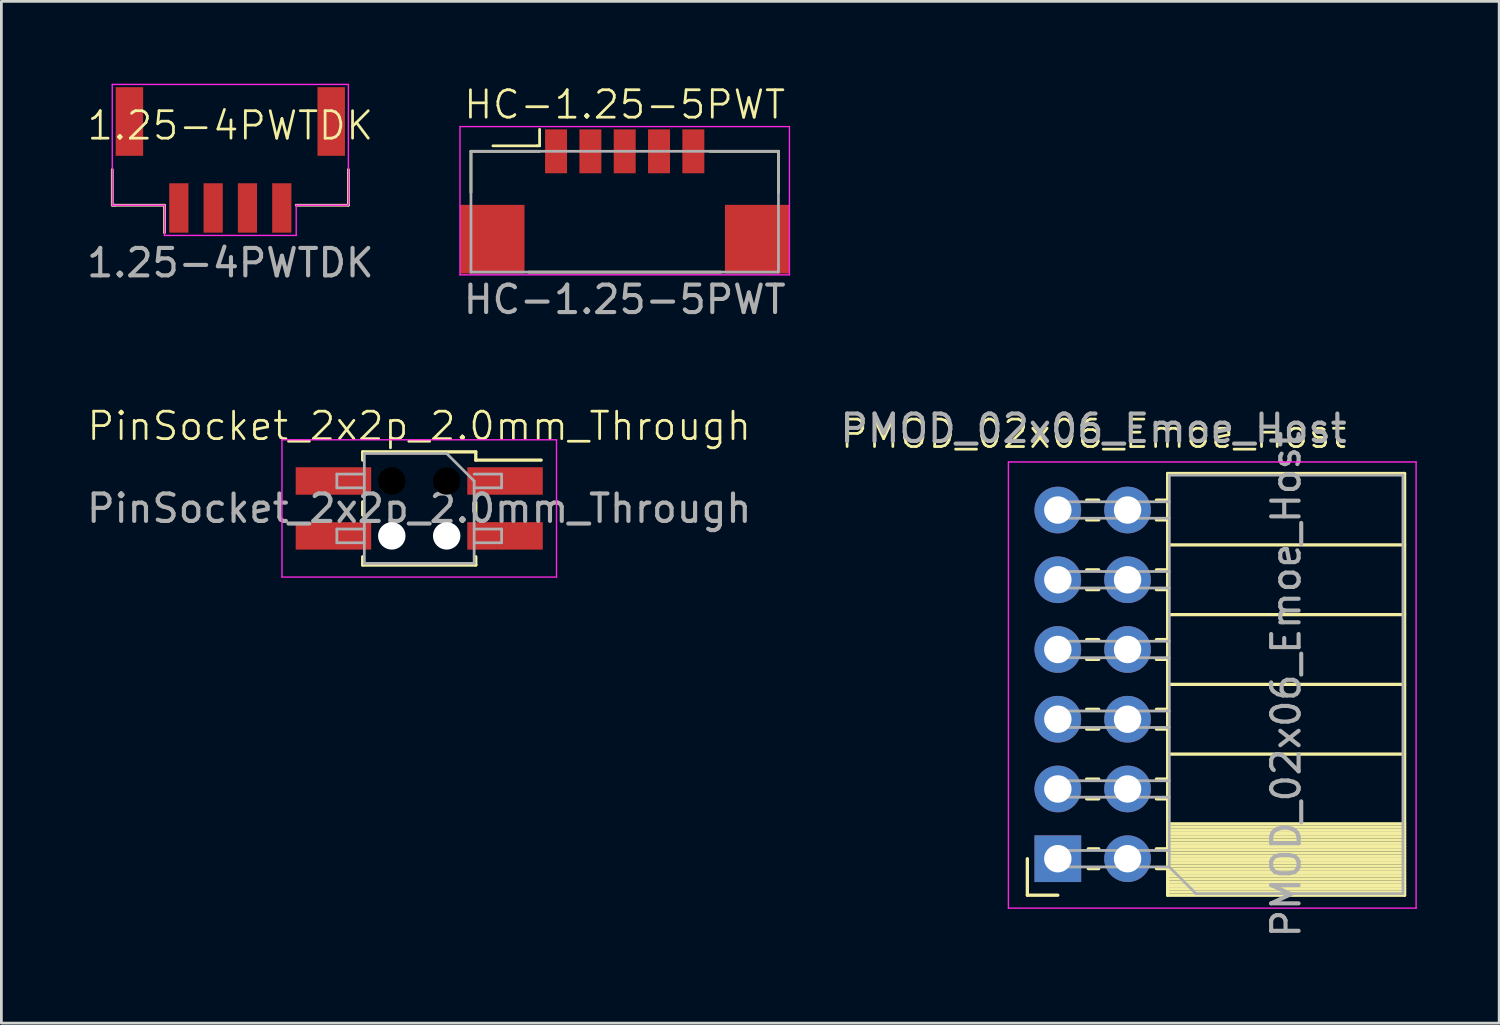
<source format=kicad_pcb>
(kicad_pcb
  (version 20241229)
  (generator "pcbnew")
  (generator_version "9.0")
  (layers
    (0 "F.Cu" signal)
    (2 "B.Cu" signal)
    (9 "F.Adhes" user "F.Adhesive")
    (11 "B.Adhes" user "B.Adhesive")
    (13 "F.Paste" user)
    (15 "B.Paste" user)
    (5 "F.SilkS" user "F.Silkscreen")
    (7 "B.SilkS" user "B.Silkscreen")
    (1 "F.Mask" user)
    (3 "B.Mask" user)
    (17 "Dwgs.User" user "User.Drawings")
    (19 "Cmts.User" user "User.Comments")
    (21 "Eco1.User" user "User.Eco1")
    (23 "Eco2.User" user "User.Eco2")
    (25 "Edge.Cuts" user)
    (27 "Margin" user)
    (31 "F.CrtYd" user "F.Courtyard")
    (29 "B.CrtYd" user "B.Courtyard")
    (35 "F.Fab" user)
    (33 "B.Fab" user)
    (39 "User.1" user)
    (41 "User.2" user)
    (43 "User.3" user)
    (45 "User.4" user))
  (footprint "1.25-4PWTDK"
    (layer "F.Cu")
    (at 5.339 4.525)
    (property "Reference" "1.25-4PWTDK" (at 0 -3 0) (unlocked yes) (layer "F.SilkS") (effects (font (size 1 1) (thickness 0.1))))
    (attr smd)
    (fp_line (start -4.3 -0.1) (end -4.3 -1.4) (stroke (width 0.1) (type default)) (layer "F.SilkS"))
    (fp_line (start -4.2 -0.1) (end -4.3 -0.1) (stroke (width 0.1) (type default)) (layer "F.SilkS"))
    (fp_line (start -4.2 -0.1) (end -2.4 -0.1) (stroke (width 0.1) (type default)) (layer "F.SilkS"))
    (fp_line (start -2.4 -0.1) (end -2.4 0.9) (stroke (width 0.1) (type default)) (layer "F.SilkS"))
    (fp_line (start 2.4 -0.1) (end 4.3 -0.1) (stroke (width 0.1) (type default)) (layer "F.SilkS"))
    (fp_line (start 4.3 -0.1) (end 4.3 -1.4) (stroke (width 0.1) (type default)) (layer "F.SilkS"))
    (fp_line (start -4.3 -4.5) (end 4.3 -4.5) (stroke (width 0.05) (type default)) (layer "F.CrtYd"))
    (fp_line (start -4.3 -0.1) (end -4.3 -4.5) (stroke (width 0.05) (type default)) (layer "F.CrtYd"))
    (fp_line (start -2.4 -0.1) (end -4.3 -0.1) (stroke (width 0.05) (type default)) (layer "F.CrtYd"))
    (fp_line (start -2.4 1) (end -2.4 -0.1) (stroke (width 0.05) (type default)) (layer "F.CrtYd"))
    (fp_line (start 2.4 -0.1) (end 2.4 1) (stroke (width 0.05) (type default)) (layer "F.CrtYd"))
    (fp_line (start 2.4 1) (end -2.4 1) (stroke (width 0.05) (type default)) (layer "F.CrtYd"))
    (fp_line (start 4.3 -4.5) (end 4.3 -0.1) (stroke (width 0.05) (type default)) (layer "F.CrtYd"))
    (fp_line (start 4.3 -0.1) (end 2.4 -0.1) (stroke (width 0.05) (type default)) (layer "F.CrtYd"))
    (fp_line (start -4.1 -4.3) (end 4.1 -4.3) (stroke (width 0.1) (type default)) (layer "User.1"))
    (fp_line (start -4.1 -0.3) (end -4.1 -4.3) (stroke (width 0.1) (type default)) (layer "User.1"))
    (fp_line (start 4.1 -4.3) (end 4.1 -0.3) (stroke (width 0.1) (type default)) (layer "User.1"))
    (fp_line (start 4.1 -0.3) (end -4.1 -0.3) (stroke (width 0.1) (type default)) (layer "User.1"))
    (fp_text user "${REFERENCE}" (at 0 2 0) (unlocked yes) (layer "F.Fab") (effects (font (size 1 1) (thickness 0.15))))
    (pad "1" smd rect (at -1.875 0) (size 0.7 1.8) (layers "F.Cu" "F.Mask" "F.Paste"))
    (pad "2" smd rect (at -0.625 0) (size 0.7 1.8) (layers "F.Cu" "F.Mask" "F.Paste"))
    (pad "3" smd rect (at 0.625 0) (size 0.7 1.8) (layers "F.Cu" "F.Mask" "F.Paste"))
    (pad "4" smd rect (at 1.875 0) (size 0.7 1.8) (layers "F.Cu" "F.Mask" "F.Paste"))
    (pad "MP" smd rect (at -3.675 -3.15) (size 1 2.5) (layers "F.Cu" "F.Mask" "F.Paste"))
    (pad "MP" smd rect (at 3.675 -3.15) (size 1 2.5) (layers "F.Cu" "F.Mask" "F.Paste")))
  (footprint "PinSocket_2x2p_2.0mm_Through"
    (layer "F.Cu")
    (at 12.22 15.469)
    (property "Reference" "PinSocket_2x2p_2.0mm_Through" (at 0 -3 0) (unlocked yes) (layer "F.SilkS") (effects (font (size 1 1) (thickness 0.1))))
    (attr smd)
    (fp_line (start -2.06 -2.06) (end -2.06 -1.76) (stroke (width 0.12) (type solid)) (layer "F.SilkS"))
    (fp_line (start -2.06 -2.06) (end 2.06 -2.06) (stroke (width 0.12) (type solid)) (layer "F.SilkS"))
    (fp_line (start -2.06 -0.24) (end -2.06 0.24) (stroke (width 0.12) (type solid)) (layer "F.SilkS"))
    (fp_line (start -2.06 1.76) (end -2.06 2.06) (stroke (width 0.12) (type solid)) (layer "F.SilkS"))
    (fp_line (start -2.06 2.06) (end 2.06 2.06) (stroke (width 0.12) (type solid)) (layer "F.SilkS"))
    (fp_line (start 2.06 -2.06) (end 2.06 -1.76) (stroke (width 0.12) (type solid)) (layer "F.SilkS"))
    (fp_line (start 2.06 -1.76) (end 4.44 -1.76) (stroke (width 0.12) (type solid)) (layer "F.SilkS"))
    (fp_line (start 2.06 -0.24) (end 2.06 0.24) (stroke (width 0.12) (type solid)) (layer "F.SilkS"))
    (fp_line (start 2.06 1.76) (end 2.06 2.06) (stroke (width 0.12) (type solid)) (layer "F.SilkS"))
    (fp_line (start -5 -2.5) (end 5 -2.5) (stroke (width 0.05) (type solid)) (layer "F.CrtYd"))
    (fp_line (start -5 2.5) (end -5 -2.5) (stroke (width 0.05) (type solid)) (layer "F.CrtYd"))
    (fp_line (start 5 -2.5) (end 5 2.5) (stroke (width 0.05) (type solid)) (layer "F.CrtYd"))
    (fp_line (start 5 2.5) (end -5 2.5) (stroke (width 0.05) (type solid)) (layer "F.CrtYd"))
    (fp_line (start -3 -1.25) (end -2 -1.25) (stroke (width 0.1) (type solid)) (layer "F.Fab"))
    (fp_line (start -3 -0.75) (end -3 -1.25) (stroke (width 0.1) (type solid)) (layer "F.Fab"))
    (fp_line (start -3 0.75) (end -2 0.75) (stroke (width 0.1) (type solid)) (layer "F.Fab"))
    (fp_line (start -3 1.25) (end -3 0.75) (stroke (width 0.1) (type solid)) (layer "F.Fab"))
    (fp_line (start -2 -2) (end 1 -2) (stroke (width 0.1) (type solid)) (layer "F.Fab"))
    (fp_line (start -2 -0.75) (end -3 -0.75) (stroke (width 0.1) (type solid)) (layer "F.Fab"))
    (fp_line (start -2 1.25) (end -3 1.25) (stroke (width 0.1) (type solid)) (layer "F.Fab"))
    (fp_line (start -2 2) (end -2 -2) (stroke (width 0.1) (type solid)) (layer "F.Fab"))
    (fp_line (start 1 -2) (end 2 -1) (stroke (width 0.1) (type solid)) (layer "F.Fab"))
    (fp_line (start 2 -1.25) (end 3 -1.25) (stroke (width 0.1) (type solid)) (layer "F.Fab"))
    (fp_line (start 2 -1) (end 2 2) (stroke (width 0.1) (type solid)) (layer "F.Fab"))
    (fp_line (start 2 0.75) (end 3 0.75) (stroke (width 0.1) (type solid)) (layer "F.Fab"))
    (fp_line (start 2 2) (end -2 2) (stroke (width 0.1) (type solid)) (layer "F.Fab"))
    (fp_line (start 3 -1.25) (end 3 -0.75) (stroke (width 0.1) (type solid)) (layer "F.Fab"))
    (fp_line (start 3 -0.75) (end 2 -0.75) (stroke (width 0.1) (type solid)) (layer "F.Fab"))
    (fp_line (start 3 0.75) (end 3 1.25) (stroke (width 0.1) (type solid)) (layer "F.Fab"))
    (fp_line (start 3 1.25) (end 2 1.25) (stroke (width 0.1) (type solid)) (layer "F.Fab"))
    (fp_text user "${REFERENCE}" (at 0 0 0) (unlocked yes) (layer "F.Fab") (effects (font (size 1 1) (thickness 0.15))))
    (pad "" np_thru_hole circle (at -1 -1) (size 1 1) (drill 1) (layers))
    (pad "" np_thru_hole circle (at -1 1) (size 1 1) (drill 1) (layers "*.Cu" "*.Mask"))
    (pad "" np_thru_hole circle (at 1 -1) (size 1 1) (drill 1) (layers))
    (pad "" np_thru_hole circle (at 1 1) (size 1 1) (drill 1) (layers "*.Cu" "*.Mask"))
    (pad "1" smd rect (at 3.125 -1) (size 2.75 1) (layers "F.Cu" "F.Mask" "F.Paste"))
    (pad "2" smd rect (at -3.125 -1) (size 2.75 1) (layers "F.Cu" "F.Mask" "F.Paste"))
    (pad "3" smd rect (at 3.125 1) (size 2.75 1) (layers "F.Cu" "F.Mask" "F.Paste"))
    (pad "4" smd rect (at -3.125 1) (size 2.75 1) (layers "F.Cu" "F.Mask" "F.Paste")))
  (footprint "HC-1.25-5PWT"
    (layer "F.Cu")
    (at 19.704 2.461)
    (property "Reference" "HC-1.25-5PWT" (at 0 -1.7 0) (unlocked yes) (layer "F.SilkS") (effects (font (size 1 1) (thickness 0.1))))
    (attr smd)
    (fp_line (start -5.6 0) (end -5.6 1.5) (stroke (width 0.1) (type default)) (layer "F.SilkS"))
    (fp_line (start -4.8 -0.2) (end -3.2 -0.2) (stroke (width 0.1) (type default)) (layer "F.SilkS"))
    (fp_line (start -3.5 4.4) (end 3.5 4.4) (stroke (width 0.1) (type default)) (layer "F.SilkS"))
    (fp_line (start -3.2 -0.2) (end -3.1 -0.2) (stroke (width 0.1) (type default)) (layer "F.SilkS"))
    (fp_line (start -3.1 -0.2) (end -3.1 -0.8) (stroke (width 0.1) (type default)) (layer "F.SilkS"))
    (fp_line (start -3.1 0) (end -5.6 0) (stroke (width 0.1) (type default)) (layer "F.SilkS"))
    (fp_line (start 3.1 0) (end 5.6 0) (stroke (width 0.1) (type default)) (layer "F.SilkS"))
    (fp_line (start 5.6 0) (end 5.6 1.5) (stroke (width 0.1) (type default)) (layer "F.SilkS"))
    (fp_line (start -6 -0.9) (end 6 -0.9) (stroke (width 0.05) (type default)) (layer "F.CrtYd"))
    (fp_line (start -6 4.5) (end -6 -0.9) (stroke (width 0.05) (type default)) (layer "F.CrtYd"))
    (fp_line (start 6 -0.9) (end 6 4.5) (stroke (width 0.05) (type default)) (layer "F.CrtYd"))
    (fp_line (start 6 4.5) (end -6 4.5) (stroke (width 0.05) (type default)) (layer "F.CrtYd"))
    (fp_line (start -5.6 0) (end 5.6 0) (stroke (width 0.1) (type default)) (layer "F.Fab"))
    (fp_line (start -5.6 4.4) (end -5.6 0) (stroke (width 0.1) (type default)) (layer "F.Fab"))
    (fp_line (start 5.6 0) (end 5.6 4.4) (stroke (width 0.1) (type default)) (layer "F.Fab"))
    (fp_line (start 5.6 4.4) (end -5.6 4.4) (stroke (width 0.1) (type default)) (layer "F.Fab"))
    (fp_text user "${REFERENCE}" (at 0 5.4 0) (unlocked yes) (layer "F.Fab") (effects (font (size 1 1) (thickness 0.15))))
    (pad "1" smd rect (at -2.5 0) (size 0.8 1.6) (layers "F.Cu" "F.Mask" "F.Paste"))
    (pad "2" smd rect (at -1.25 0) (size 0.8 1.6) (layers "F.Cu" "F.Mask" "F.Paste"))
    (pad "3" smd rect (at 0 0) (size 0.8 1.6) (layers "F.Cu" "F.Mask" "F.Paste"))
    (pad "4" smd rect (at 1.25 0) (size 0.8 1.6) (layers "F.Cu" "F.Mask" "F.Paste"))
    (pad "5" smd rect (at 2.5 0) (size 0.8 1.6) (layers "F.Cu" "F.Mask" "F.Paste"))
    (pad "MP" smd rect (at -4.825 3.2) (size 2.35 2.5) (layers "F.Cu" "F.Mask" "F.Paste"))
    (pad "MP" smd rect (at 4.825 3.2) (size 2.35 2.5) (layers "F.Cu" "F.Mask" "F.Paste")))
  (footprint "PMOD_02x06_Emoe_Host"
    (layer "F.Cu")
    (at 36.75 21.857)
    (property "Reference" "PMOD_02x06_Emoe_Host" (at 0.03 -9.1 0) (unlocked yes) (layer "F.SilkS") (effects (font (size 1 1) (thickness 0.1))))
    (attr through_hole)
    (fp_line (start -2.38 7.7) (end -2.38 6.37) (stroke (width 0.12) (type solid)) (layer "F.SilkS"))
    (fp_line (start -1.27 7.7) (end -2.38 7.7) (stroke (width 0.12) (type solid)) (layer "F.SilkS"))
    (fp_line (start 0.22 -6.69) (end -0.22 -6.69) (stroke (width 0.12) (type solid)) (layer "F.SilkS"))
    (fp_line (start 0.22 -5.97) (end -0.22 -5.97) (stroke (width 0.12) (type solid)) (layer "F.SilkS"))
    (fp_line (start 0.22 -4.15) (end -0.22 -4.15) (stroke (width 0.12) (type solid)) (layer "F.SilkS"))
    (fp_line (start 0.22 -3.43) (end -0.22 -3.43) (stroke (width 0.12) (type solid)) (layer "F.SilkS"))
    (fp_line (start 0.22 -1.61) (end -0.22 -1.61) (stroke (width 0.12) (type solid)) (layer "F.SilkS"))
    (fp_line (start 0.22 -0.89) (end -0.22 -0.89) (stroke (width 0.12) (type solid)) (layer "F.SilkS"))
    (fp_line (start 0.22 0.93) (end -0.22 0.93) (stroke (width 0.12) (type solid)) (layer "F.SilkS"))
    (fp_line (start 0.22 1.65) (end -0.22 1.65) (stroke (width 0.12) (type solid)) (layer "F.SilkS"))
    (fp_line (start 0.22 3.47) (end -0.22 3.47) (stroke (width 0.12) (type solid)) (layer "F.SilkS"))
    (fp_line (start 0.22 4.19) (end -0.22 4.19) (stroke (width 0.12) (type solid)) (layer "F.SilkS"))
    (fp_line (start 0.22 6.01) (end -0.16 6.01) (stroke (width 0.12) (type solid)) (layer "F.SilkS"))
    (fp_line (start 0.22 6.73) (end -0.16 6.73) (stroke (width 0.12) (type solid)) (layer "F.SilkS"))
    (fp_line (start 2.73 -6.69) (end 2.32 -6.69) (stroke (width 0.12) (type solid)) (layer "F.SilkS"))
    (fp_line (start 2.73 -5.97) (end 2.32 -5.97) (stroke (width 0.12) (type solid)) (layer "F.SilkS"))
    (fp_line (start 2.73 -4.15) (end 2.32 -4.15) (stroke (width 0.12) (type solid)) (layer "F.SilkS"))
    (fp_line (start 2.73 -3.43) (end 2.32 -3.43) (stroke (width 0.12) (type solid)) (layer "F.SilkS"))
    (fp_line (start 2.73 -1.61) (end 2.32 -1.61) (stroke (width 0.12) (type solid)) (layer "F.SilkS"))
    (fp_line (start 2.73 -0.89) (end 2.32 -0.89) (stroke (width 0.12) (type solid)) (layer "F.SilkS"))
    (fp_line (start 2.73 0.93) (end 2.32 0.93) (stroke (width 0.12) (type solid)) (layer "F.SilkS"))
    (fp_line (start 2.73 1.65) (end 2.32 1.65) (stroke (width 0.12) (type solid)) (layer "F.SilkS"))
    (fp_line (start 2.73 3.47) (end 2.32 3.47) (stroke (width 0.12) (type solid)) (layer "F.SilkS"))
    (fp_line (start 2.73 4.19) (end 2.32 4.19) (stroke (width 0.12) (type solid)) (layer "F.SilkS"))
    (fp_line (start 2.73 6.01) (end 2.32 6.01) (stroke (width 0.12) (type solid)) (layer "F.SilkS"))
    (fp_line (start 2.73 6.73) (end 2.32 6.73) (stroke (width 0.12) (type solid)) (layer "F.SilkS"))
    (fp_line (start 2.73 7.7) (end 2.73 -7.66) (stroke (width 0.12) (type solid)) (layer "F.SilkS"))
    (fp_line (start 11.36 -7.66) (end 2.73 -7.66) (stroke (width 0.12) (type solid)) (layer "F.SilkS"))
    (fp_line (start 11.36 -5.06) (end 2.73 -5.06) (stroke (width 0.12) (type solid)) (layer "F.SilkS"))
    (fp_line (start 11.36 -2.52) (end 2.73 -2.52) (stroke (width 0.12) (type solid)) (layer "F.SilkS"))
    (fp_line (start 11.36 0.02) (end 2.73 0.02) (stroke (width 0.12) (type solid)) (layer "F.SilkS"))
    (fp_line (start 11.36 2.56) (end 2.73 2.56) (stroke (width 0.12) (type solid)) (layer "F.SilkS"))
    (fp_line (start 11.36 5.1) (end 2.73 5.1) (stroke (width 0.12) (type solid)) (layer "F.SilkS"))
    (fp_line (start 11.36 5.218) (end 2.73 5.218) (stroke (width 0.12) (type solid)) (layer "F.SilkS"))
    (fp_line (start 11.36 5.336) (end 2.73 5.336) (stroke (width 0.12) (type solid)) (layer "F.SilkS"))
    (fp_line (start 11.36 5.454) (end 2.73 5.454) (stroke (width 0.12) (type solid)) (layer "F.SilkS"))
    (fp_line (start 11.36 5.572) (end 2.73 5.572) (stroke (width 0.12) (type solid)) (layer "F.SilkS"))
    (fp_line (start 11.36 5.69) (end 2.73 5.69) (stroke (width 0.12) (type solid)) (layer "F.SilkS"))
    (fp_line (start 11.36 5.809) (end 2.73 5.809) (stroke (width 0.12) (type solid)) (layer "F.SilkS"))
    (fp_line (start 11.36 5.927) (end 2.73 5.927) (stroke (width 0.12) (type solid)) (layer "F.SilkS"))
    (fp_line (start 11.36 6.045) (end 2.73 6.045) (stroke (width 0.12) (type solid)) (layer "F.SilkS"))
    (fp_line (start 11.36 6.163) (end 2.73 6.163) (stroke (width 0.12) (type solid)) (layer "F.SilkS"))
    (fp_line (start 11.36 6.281) (end 2.73 6.281) (stroke (width 0.12) (type solid)) (layer "F.SilkS"))
    (fp_line (start 11.36 6.399) (end 2.73 6.399) (stroke (width 0.12) (type solid)) (layer "F.SilkS"))
    (fp_line (start 11.36 6.517) (end 2.73 6.517) (stroke (width 0.12) (type solid)) (layer "F.SilkS"))
    (fp_line (start 11.36 6.635) (end 2.73 6.635) (stroke (width 0.12) (type solid)) (layer "F.SilkS"))
    (fp_line (start 11.36 6.753) (end 2.73 6.753) (stroke (width 0.12) (type solid)) (layer "F.SilkS"))
    (fp_line (start 11.36 6.871) (end 2.73 6.871) (stroke (width 0.12) (type solid)) (layer "F.SilkS"))
    (fp_line (start 11.36 6.99) (end 2.73 6.99) (stroke (width 0.12) (type solid)) (layer "F.SilkS"))
    (fp_line (start 11.36 7.108) (end 2.73 7.108) (stroke (width 0.12) (type solid)) (layer "F.SilkS"))
    (fp_line (start 11.36 7.226) (end 2.73 7.226) (stroke (width 0.12) (type solid)) (layer "F.SilkS"))
    (fp_line (start 11.36 7.344) (end 2.73 7.344) (stroke (width 0.12) (type solid)) (layer "F.SilkS"))
    (fp_line (start 11.36 7.462) (end 2.73 7.462) (stroke (width 0.12) (type solid)) (layer "F.SilkS"))
    (fp_line (start 11.36 7.58) (end 2.73 7.58) (stroke (width 0.12) (type solid)) (layer "F.SilkS"))
    (fp_line (start 11.36 7.7) (end 2.73 7.7) (stroke (width 0.12) (type solid)) (layer "F.SilkS"))
    (fp_line (start 11.36 7.7) (end 11.36 -7.66) (stroke (width 0.12) (type solid)) (layer "F.SilkS"))
    (fp_line (start -3.07 -8.08) (end -3.07 8.17) (stroke (width 0.05) (type solid)) (layer "F.CrtYd"))
    (fp_line (start -3.07 8.17) (end 11.78 8.17) (stroke (width 0.05) (type solid)) (layer "F.CrtYd"))
    (fp_line (start 11.78 -8.08) (end -3.07 -8.08) (stroke (width 0.05) (type solid)) (layer "F.CrtYd"))
    (fp_line (start 11.78 8.17) (end 11.78 -8.08) (stroke (width 0.05) (type solid)) (layer "F.CrtYd"))
    (fp_line (start -1.27 -6.63) (end -1.27 -6.03) (stroke (width 0.1) (type solid)) (layer "F.Fab"))
    (fp_line (start -1.27 -6.03) (end 2.79 -6.03) (stroke (width 0.1) (type solid)) (layer "F.Fab"))
    (fp_line (start -1.27 -4.09) (end -1.27 -3.49) (stroke (width 0.1) (type solid)) (layer "F.Fab"))
    (fp_line (start -1.27 -3.49) (end 2.79 -3.49) (stroke (width 0.1) (type solid)) (layer "F.Fab"))
    (fp_line (start -1.27 -1.55) (end -1.27 -0.95) (stroke (width 0.1) (type solid)) (layer "F.Fab"))
    (fp_line (start -1.27 -0.95) (end 2.79 -0.95) (stroke (width 0.1) (type solid)) (layer "F.Fab"))
    (fp_line (start -1.27 0.99) (end -1.27 1.59) (stroke (width 0.1) (type solid)) (layer "F.Fab"))
    (fp_line (start -1.27 1.59) (end 2.79 1.59) (stroke (width 0.1) (type solid)) (layer "F.Fab"))
    (fp_line (start -1.27 3.53) (end -1.27 4.13) (stroke (width 0.1) (type solid)) (layer "F.Fab"))
    (fp_line (start -1.27 4.13) (end 2.79 4.13) (stroke (width 0.1) (type solid)) (layer "F.Fab"))
    (fp_line (start -1.27 6.07) (end -1.27 6.67) (stroke (width 0.1) (type solid)) (layer "F.Fab"))
    (fp_line (start -1.27 6.67) (end 2.79 6.67) (stroke (width 0.1) (type solid)) (layer "F.Fab"))
    (fp_line (start 2.79 -7.6) (end 11.3 -7.6) (stroke (width 0.1) (type solid)) (layer "F.Fab"))
    (fp_line (start 2.79 -6.63) (end -1.27 -6.63) (stroke (width 0.1) (type solid)) (layer "F.Fab"))
    (fp_line (start 2.79 -4.09) (end -1.27 -4.09) (stroke (width 0.1) (type solid)) (layer "F.Fab"))
    (fp_line (start 2.79 -1.55) (end -1.27 -1.55) (stroke (width 0.1) (type solid)) (layer "F.Fab"))
    (fp_line (start 2.79 0.99) (end -1.27 0.99) (stroke (width 0.1) (type solid)) (layer "F.Fab"))
    (fp_line (start 2.79 3.53) (end -1.27 3.53) (stroke (width 0.1) (type solid)) (layer "F.Fab"))
    (fp_line (start 2.79 6.07) (end -1.27 6.07) (stroke (width 0.1) (type solid)) (layer "F.Fab"))
    (fp_line (start 2.79 6.67) (end 2.79 -7.6) (stroke (width 0.1) (type solid)) (layer "F.Fab"))
    (fp_line (start 3.76 7.64) (end 2.79 6.67) (stroke (width 0.1) (type solid)) (layer "F.Fab"))
    (fp_line (start 11.3 -7.6) (end 11.3 7.64) (stroke (width 0.1) (type solid)) (layer "F.Fab"))
    (fp_line (start 11.3 7.64) (end 3.76 7.64) (stroke (width 0.1) (type solid)) (layer "F.Fab"))
    (fp_text user "${REFERENCE}" (at 7.045 0.02 270) (layer "F.Fab") (effects (font (size 1 1) (thickness 0.15))))
    (fp_text user "${REFERENCE}" (at 0.03 -9.3 0) (unlocked yes) (layer "F.Fab") (effects (font (size 1 1) (thickness 0.15))))
    (pad "1" thru_hole oval (at -1.27 -6.33 180) (size 1.7 1.7) (drill 1) (layers "*.Cu" "*.Mask"))
    (pad "2" thru_hole oval (at -1.27 -3.79 180) (size 1.7 1.7) (drill 1) (layers "*.Cu" "*.Mask"))
    (pad "3" thru_hole oval (at -1.27 -1.25 180) (size 1.7 1.7) (drill 1) (layers "*.Cu" "*.Mask"))
    (pad "4" thru_hole oval (at -1.27 1.29 180) (size 1.7 1.7) (drill 1) (layers "*.Cu" "*.Mask"))
    (pad "5" thru_hole oval (at -1.27 3.83 180) (size 1.7 1.7) (drill 1) (layers "*.Cu" "*.Mask"))
    (pad "6" thru_hole rect (at -1.27 6.37 180) (size 1.7 1.7) (drill 1) (layers "*.Cu" "*.Mask"))
    (pad "7" thru_hole oval (at 1.27 -6.33 180) (size 1.7 1.7) (drill 1) (layers "*.Cu" "*.Mask"))
    (pad "8" thru_hole oval (at 1.27 -3.79 180) (size 1.7 1.7) (drill 1) (layers "*.Cu" "*.Mask"))
    (pad "9" thru_hole oval (at 1.27 -1.25 180) (size 1.7 1.7) (drill 1) (layers "*.Cu" "*.Mask"))
    (pad "10" thru_hole oval (at 1.27 1.29 180) (size 1.7 1.7) (drill 1) (layers "*.Cu" "*.Mask"))
    (pad "11" thru_hole oval (at 1.27 3.83 180) (size 1.7 1.7) (drill 1) (layers "*.Cu" "*.Mask"))
    (pad "12" thru_hole oval (at 1.27 6.37 180) (size 1.7 1.7) (drill 1) (layers "*.Cu" "*.Mask")))
  (gr_rect
    (start -3 -3)
    (end 51.555 34.216)
    (stroke (width 0.1) (type default))
    (fill no)
    (layer "Edge.Cuts")))
</source>
